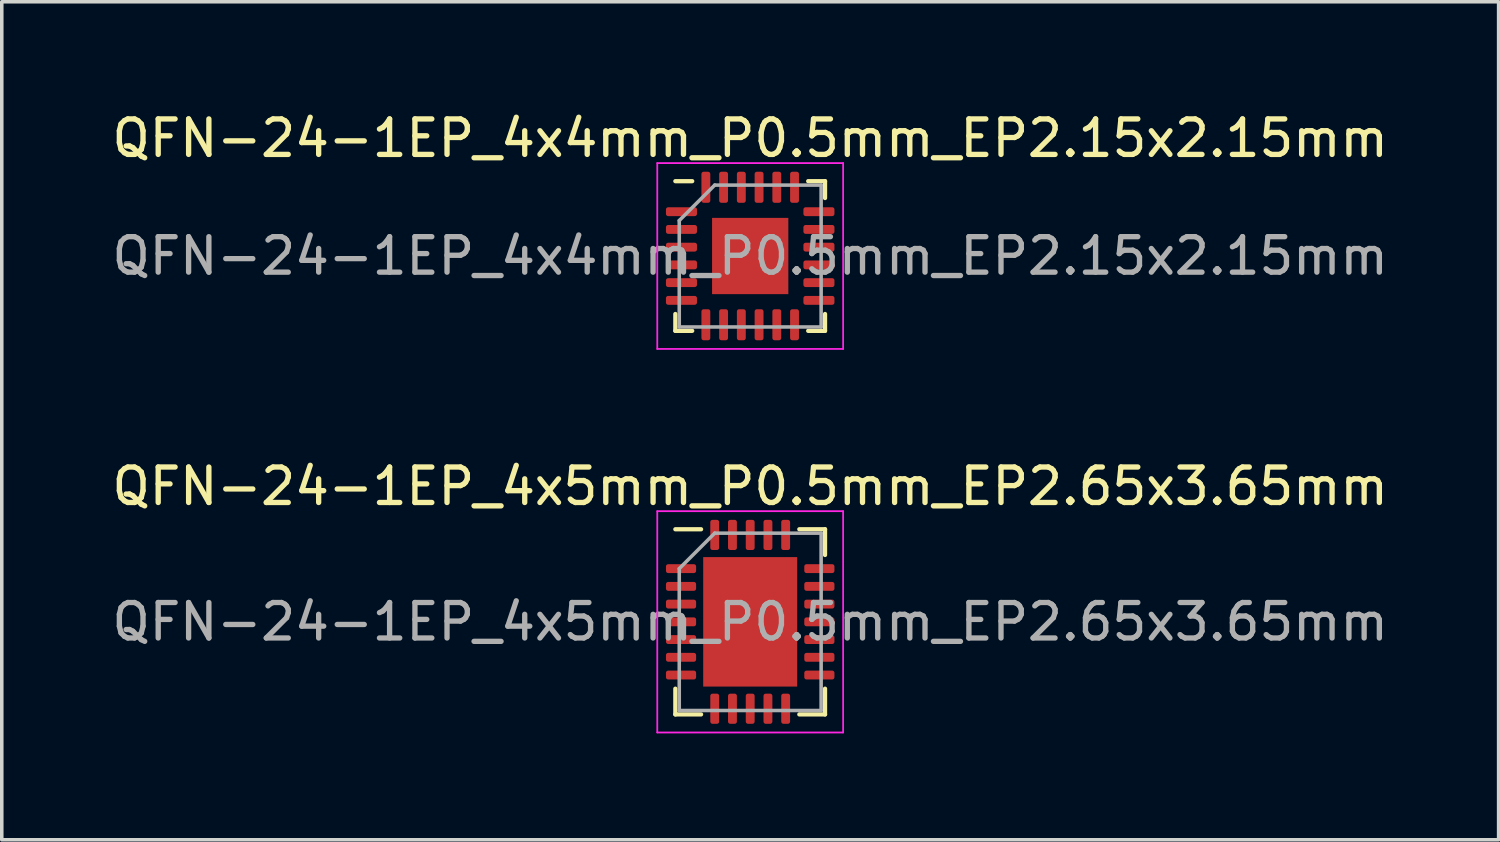
<source format=kicad_pcb>
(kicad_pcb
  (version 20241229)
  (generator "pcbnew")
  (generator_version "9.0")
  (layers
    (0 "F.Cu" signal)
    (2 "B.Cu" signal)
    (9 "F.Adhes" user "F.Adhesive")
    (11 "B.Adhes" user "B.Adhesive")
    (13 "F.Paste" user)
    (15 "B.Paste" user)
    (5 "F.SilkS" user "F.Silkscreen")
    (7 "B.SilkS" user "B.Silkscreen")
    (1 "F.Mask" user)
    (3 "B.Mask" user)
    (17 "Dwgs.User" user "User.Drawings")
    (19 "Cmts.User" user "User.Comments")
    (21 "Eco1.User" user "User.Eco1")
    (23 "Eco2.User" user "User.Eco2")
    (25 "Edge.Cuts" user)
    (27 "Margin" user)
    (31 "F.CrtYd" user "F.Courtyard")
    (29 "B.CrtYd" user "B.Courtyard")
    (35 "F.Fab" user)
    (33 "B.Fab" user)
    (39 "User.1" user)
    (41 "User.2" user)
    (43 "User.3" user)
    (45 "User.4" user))
  (footprint "QFN-24-1EP_4x5mm_P0.5mm_EP2.65x3.65mm"
    (layer "F.Cu")
    (at 18.101 14.482)
    (property "Reference" "QFN-24-1EP_4x5mm_P0.5mm_EP2.65x3.65mm" (at 0 -3.82 0) (layer "F.SilkS") (effects (font (size 1 1) (thickness 0.15))))
    (attr smd)
    (fp_line (start -2.11 2.61) (end -2.11 1.885) (stroke (width 0.12) (type solid)) (layer "F.SilkS"))
    (fp_line (start -1.385 -2.61) (end -2.11 -2.61) (stroke (width 0.12) (type solid)) (layer "F.SilkS"))
    (fp_line (start -1.385 2.61) (end -2.11 2.61) (stroke (width 0.12) (type solid)) (layer "F.SilkS"))
    (fp_line (start 1.385 -2.61) (end 2.11 -2.61) (stroke (width 0.12) (type solid)) (layer "F.SilkS"))
    (fp_line (start 1.385 2.61) (end 2.11 2.61) (stroke (width 0.12) (type solid)) (layer "F.SilkS"))
    (fp_line (start 2.11 -2.61) (end 2.11 -1.885) (stroke (width 0.12) (type solid)) (layer "F.SilkS"))
    (fp_line (start 2.11 2.61) (end 2.11 1.885) (stroke (width 0.12) (type solid)) (layer "F.SilkS"))
    (fp_line (start -2.62 -3.12) (end -2.62 3.12) (stroke (width 0.05) (type solid)) (layer "F.CrtYd"))
    (fp_line (start -2.62 3.12) (end 2.62 3.12) (stroke (width 0.05) (type solid)) (layer "F.CrtYd"))
    (fp_line (start 2.62 -3.12) (end -2.62 -3.12) (stroke (width 0.05) (type solid)) (layer "F.CrtYd"))
    (fp_line (start 2.62 3.12) (end 2.62 -3.12) (stroke (width 0.05) (type solid)) (layer "F.CrtYd"))
    (fp_line (start -2 -1.5) (end -1 -2.5) (stroke (width 0.1) (type solid)) (layer "F.Fab"))
    (fp_line (start -2 2.5) (end -2 -1.5) (stroke (width 0.1) (type solid)) (layer "F.Fab"))
    (fp_line (start -1 -2.5) (end 2 -2.5) (stroke (width 0.1) (type solid)) (layer "F.Fab"))
    (fp_line (start 2 -2.5) (end 2 2.5) (stroke (width 0.1) (type solid)) (layer "F.Fab"))
    (fp_line (start 2 2.5) (end -2 2.5) (stroke (width 0.1) (type solid)) (layer "F.Fab"))
    (fp_text user "${REFERENCE}" (at 0 0 0) (layer "F.Fab") (effects (font (size 1 1) (thickness 0.15))))
    (pad "" smd roundrect (at -0.66 -1.22) (size 1.07 0.98) (layers "F.Paste") (roundrect_rratio 0.25))
    (pad "" smd roundrect (at -0.66 0) (size 1.07 0.98) (layers "F.Paste") (roundrect_rratio 0.25))
    (pad "" smd roundrect (at -0.66 1.22) (size 1.07 0.98) (layers "F.Paste") (roundrect_rratio 0.25))
    (pad "" smd roundrect (at 0.66 -1.22) (size 1.07 0.98) (layers "F.Paste") (roundrect_rratio 0.25))
    (pad "" smd roundrect (at 0.66 0) (size 1.07 0.98) (layers "F.Paste") (roundrect_rratio 0.25))
    (pad "" smd roundrect (at 0.66 1.22) (size 1.07 0.98) (layers "F.Paste") (roundrect_rratio 0.25))
    (pad "1" smd roundrect (at -1.95 -1.5) (size 0.85 0.25) (layers "F.Cu" "F.Mask" "F.Paste") (roundrect_rratio 0.25))
    (pad "2" smd roundrect (at -1.95 -1) (size 0.85 0.25) (layers "F.Cu" "F.Mask" "F.Paste") (roundrect_rratio 0.25))
    (pad "3" smd roundrect (at -1.95 -0.5) (size 0.85 0.25) (layers "F.Cu" "F.Mask" "F.Paste") (roundrect_rratio 0.25))
    (pad "4" smd roundrect (at -1.95 0) (size 0.85 0.25) (layers "F.Cu" "F.Mask" "F.Paste") (roundrect_rratio 0.25))
    (pad "5" smd roundrect (at -1.95 0.5) (size 0.85 0.25) (layers "F.Cu" "F.Mask" "F.Paste") (roundrect_rratio 0.25))
    (pad "6" smd roundrect (at -1.95 1) (size 0.85 0.25) (layers "F.Cu" "F.Mask" "F.Paste") (roundrect_rratio 0.25))
    (pad "7" smd roundrect (at -1.95 1.5) (size 0.85 0.25) (layers "F.Cu" "F.Mask" "F.Paste") (roundrect_rratio 0.25))
    (pad "8" smd roundrect (at -1 2.45) (size 0.25 0.85) (layers "F.Cu" "F.Mask" "F.Paste") (roundrect_rratio 0.25))
    (pad "9" smd roundrect (at -0.5 2.45) (size 0.25 0.85) (layers "F.Cu" "F.Mask" "F.Paste") (roundrect_rratio 0.25))
    (pad "10" smd roundrect (at 0 2.45) (size 0.25 0.85) (layers "F.Cu" "F.Mask" "F.Paste") (roundrect_rratio 0.25))
    (pad "11" smd roundrect (at 0.5 2.45) (size 0.25 0.85) (layers "F.Cu" "F.Mask" "F.Paste") (roundrect_rratio 0.25))
    (pad "12" smd roundrect (at 1 2.45) (size 0.25 0.85) (layers "F.Cu" "F.Mask" "F.Paste") (roundrect_rratio 0.25))
    (pad "13" smd roundrect (at 1.95 1.5) (size 0.85 0.25) (layers "F.Cu" "F.Mask" "F.Paste") (roundrect_rratio 0.25))
    (pad "14" smd roundrect (at 1.95 1) (size 0.85 0.25) (layers "F.Cu" "F.Mask" "F.Paste") (roundrect_rratio 0.25))
    (pad "15" smd roundrect (at 1.95 0.5) (size 0.85 0.25) (layers "F.Cu" "F.Mask" "F.Paste") (roundrect_rratio 0.25))
    (pad "16" smd roundrect (at 1.95 0) (size 0.85 0.25) (layers "F.Cu" "F.Mask" "F.Paste") (roundrect_rratio 0.25))
    (pad "17" smd roundrect (at 1.95 -0.5) (size 0.85 0.25) (layers "F.Cu" "F.Mask" "F.Paste") (roundrect_rratio 0.25))
    (pad "18" smd roundrect (at 1.95 -1) (size 0.85 0.25) (layers "F.Cu" "F.Mask" "F.Paste") (roundrect_rratio 0.25))
    (pad "19" smd roundrect (at 1.95 -1.5) (size 0.85 0.25) (layers "F.Cu" "F.Mask" "F.Paste") (roundrect_rratio 0.25))
    (pad "20" smd roundrect (at 1 -2.45) (size 0.25 0.85) (layers "F.Cu" "F.Mask" "F.Paste") (roundrect_rratio 0.25))
    (pad "21" smd roundrect (at 0.5 -2.45) (size 0.25 0.85) (layers "F.Cu" "F.Mask" "F.Paste") (roundrect_rratio 0.25))
    (pad "22" smd roundrect (at 0 -2.45) (size 0.25 0.85) (layers "F.Cu" "F.Mask" "F.Paste") (roundrect_rratio 0.25))
    (pad "23" smd roundrect (at -0.5 -2.45) (size 0.25 0.85) (layers "F.Cu" "F.Mask" "F.Paste") (roundrect_rratio 0.25))
    (pad "24" smd roundrect (at -1 -2.45) (size 0.25 0.85) (layers "F.Cu" "F.Mask" "F.Paste") (roundrect_rratio 0.25))
    (pad "25" smd rect (at 0 0) (size 2.65 3.65) (layers "F.Cu" "F.Mask")))
  (footprint "QFN-24-1EP_4x4mm_P0.5mm_EP2.15x2.15mm"
    (layer "F.Cu")
    (at 18.101 4.168)
    (property "Reference" "QFN-24-1EP_4x4mm_P0.5mm_EP2.15x2.15mm" (at 0 -3.32 0) (layer "F.SilkS") (effects (font (size 1 1) (thickness 0.15))))
    (attr smd)
    (fp_line (start -2.11 2.11) (end -2.11 1.635) (stroke (width 0.12) (type solid)) (layer "F.SilkS"))
    (fp_line (start -1.635 -2.11) (end -2.11 -2.11) (stroke (width 0.12) (type solid)) (layer "F.SilkS"))
    (fp_line (start -1.635 2.11) (end -2.11 2.11) (stroke (width 0.12) (type solid)) (layer "F.SilkS"))
    (fp_line (start 1.635 -2.11) (end 2.11 -2.11) (stroke (width 0.12) (type solid)) (layer "F.SilkS"))
    (fp_line (start 1.635 2.11) (end 2.11 2.11) (stroke (width 0.12) (type solid)) (layer "F.SilkS"))
    (fp_line (start 2.11 -2.11) (end 2.11 -1.635) (stroke (width 0.12) (type solid)) (layer "F.SilkS"))
    (fp_line (start 2.11 2.11) (end 2.11 1.635) (stroke (width 0.12) (type solid)) (layer "F.SilkS"))
    (fp_line (start -2.62 -2.62) (end -2.62 2.62) (stroke (width 0.05) (type solid)) (layer "F.CrtYd"))
    (fp_line (start -2.62 2.62) (end 2.62 2.62) (stroke (width 0.05) (type solid)) (layer "F.CrtYd"))
    (fp_line (start 2.62 -2.62) (end -2.62 -2.62) (stroke (width 0.05) (type solid)) (layer "F.CrtYd"))
    (fp_line (start 2.62 2.62) (end 2.62 -2.62) (stroke (width 0.05) (type solid)) (layer "F.CrtYd"))
    (fp_line (start -2 -1) (end -1 -2) (stroke (width 0.1) (type solid)) (layer "F.Fab"))
    (fp_line (start -2 2) (end -2 -1) (stroke (width 0.1) (type solid)) (layer "F.Fab"))
    (fp_line (start -1 -2) (end 2 -2) (stroke (width 0.1) (type solid)) (layer "F.Fab"))
    (fp_line (start 2 -2) (end 2 2) (stroke (width 0.1) (type solid)) (layer "F.Fab"))
    (fp_line (start 2 2) (end -2 2) (stroke (width 0.1) (type solid)) (layer "F.Fab"))
    (fp_text user "${REFERENCE}" (at 0 0 0) (layer "F.Fab") (effects (font (size 1 1) (thickness 0.15))))
    (pad "" smd roundrect (at -0.54 -0.54) (size 0.87 0.87) (layers "F.Paste") (roundrect_rratio 0.25))
    (pad "" smd roundrect (at -0.54 0.54) (size 0.87 0.87) (layers "F.Paste") (roundrect_rratio 0.25))
    (pad "" smd roundrect (at 0.54 -0.54) (size 0.87 0.87) (layers "F.Paste") (roundrect_rratio 0.25))
    (pad "" smd roundrect (at 0.54 0.54) (size 0.87 0.87) (layers "F.Paste") (roundrect_rratio 0.25))
    (pad "1" smd roundrect (at -1.938 -1.25) (size 0.875 0.25) (layers "F.Cu" "F.Mask" "F.Paste") (roundrect_rratio 0.25))
    (pad "2" smd roundrect (at -1.938 -0.75) (size 0.875 0.25) (layers "F.Cu" "F.Mask" "F.Paste") (roundrect_rratio 0.25))
    (pad "3" smd roundrect (at -1.938 -0.25) (size 0.875 0.25) (layers "F.Cu" "F.Mask" "F.Paste") (roundrect_rratio 0.25))
    (pad "4" smd roundrect (at -1.938 0.25) (size 0.875 0.25) (layers "F.Cu" "F.Mask" "F.Paste") (roundrect_rratio 0.25))
    (pad "5" smd roundrect (at -1.938 0.75) (size 0.875 0.25) (layers "F.Cu" "F.Mask" "F.Paste") (roundrect_rratio 0.25))
    (pad "6" smd roundrect (at -1.938 1.25) (size 0.875 0.25) (layers "F.Cu" "F.Mask" "F.Paste") (roundrect_rratio 0.25))
    (pad "7" smd roundrect (at -1.25 1.938) (size 0.25 0.875) (layers "F.Cu" "F.Mask" "F.Paste") (roundrect_rratio 0.25))
    (pad "8" smd roundrect (at -0.75 1.938) (size 0.25 0.875) (layers "F.Cu" "F.Mask" "F.Paste") (roundrect_rratio 0.25))
    (pad "9" smd roundrect (at -0.25 1.938) (size 0.25 0.875) (layers "F.Cu" "F.Mask" "F.Paste") (roundrect_rratio 0.25))
    (pad "10" smd roundrect (at 0.25 1.938) (size 0.25 0.875) (layers "F.Cu" "F.Mask" "F.Paste") (roundrect_rratio 0.25))
    (pad "11" smd roundrect (at 0.75 1.938) (size 0.25 0.875) (layers "F.Cu" "F.Mask" "F.Paste") (roundrect_rratio 0.25))
    (pad "12" smd roundrect (at 1.25 1.938) (size 0.25 0.875) (layers "F.Cu" "F.Mask" "F.Paste") (roundrect_rratio 0.25))
    (pad "13" smd roundrect (at 1.938 1.25) (size 0.875 0.25) (layers "F.Cu" "F.Mask" "F.Paste") (roundrect_rratio 0.25))
    (pad "14" smd roundrect (at 1.938 0.75) (size 0.875 0.25) (layers "F.Cu" "F.Mask" "F.Paste") (roundrect_rratio 0.25))
    (pad "15" smd roundrect (at 1.938 0.25) (size 0.875 0.25) (layers "F.Cu" "F.Mask" "F.Paste") (roundrect_rratio 0.25))
    (pad "16" smd roundrect (at 1.938 -0.25) (size 0.875 0.25) (layers "F.Cu" "F.Mask" "F.Paste") (roundrect_rratio 0.25))
    (pad "17" smd roundrect (at 1.938 -0.75) (size 0.875 0.25) (layers "F.Cu" "F.Mask" "F.Paste") (roundrect_rratio 0.25))
    (pad "18" smd roundrect (at 1.938 -1.25) (size 0.875 0.25) (layers "F.Cu" "F.Mask" "F.Paste") (roundrect_rratio 0.25))
    (pad "19" smd roundrect (at 1.25 -1.938) (size 0.25 0.875) (layers "F.Cu" "F.Mask" "F.Paste") (roundrect_rratio 0.25))
    (pad "20" smd roundrect (at 0.75 -1.938) (size 0.25 0.875) (layers "F.Cu" "F.Mask" "F.Paste") (roundrect_rratio 0.25))
    (pad "21" smd roundrect (at 0.25 -1.938) (size 0.25 0.875) (layers "F.Cu" "F.Mask" "F.Paste") (roundrect_rratio 0.25))
    (pad "22" smd roundrect (at -0.25 -1.938) (size 0.25 0.875) (layers "F.Cu" "F.Mask" "F.Paste") (roundrect_rratio 0.25))
    (pad "23" smd roundrect (at -0.75 -1.938) (size 0.25 0.875) (layers "F.Cu" "F.Mask" "F.Paste") (roundrect_rratio 0.25))
    (pad "24" smd roundrect (at -1.25 -1.938) (size 0.25 0.875) (layers "F.Cu" "F.Mask" "F.Paste") (roundrect_rratio 0.25))
    (pad "25" smd rect (at 0 0) (size 2.15 2.15) (layers "F.Cu" "F.Mask")))
  (gr_rect
    (start -3 -3)
    (end 39.202 20.627)
    (stroke (width 0.1) (type default))
    (fill no)
    (layer "Edge.Cuts")))
</source>
